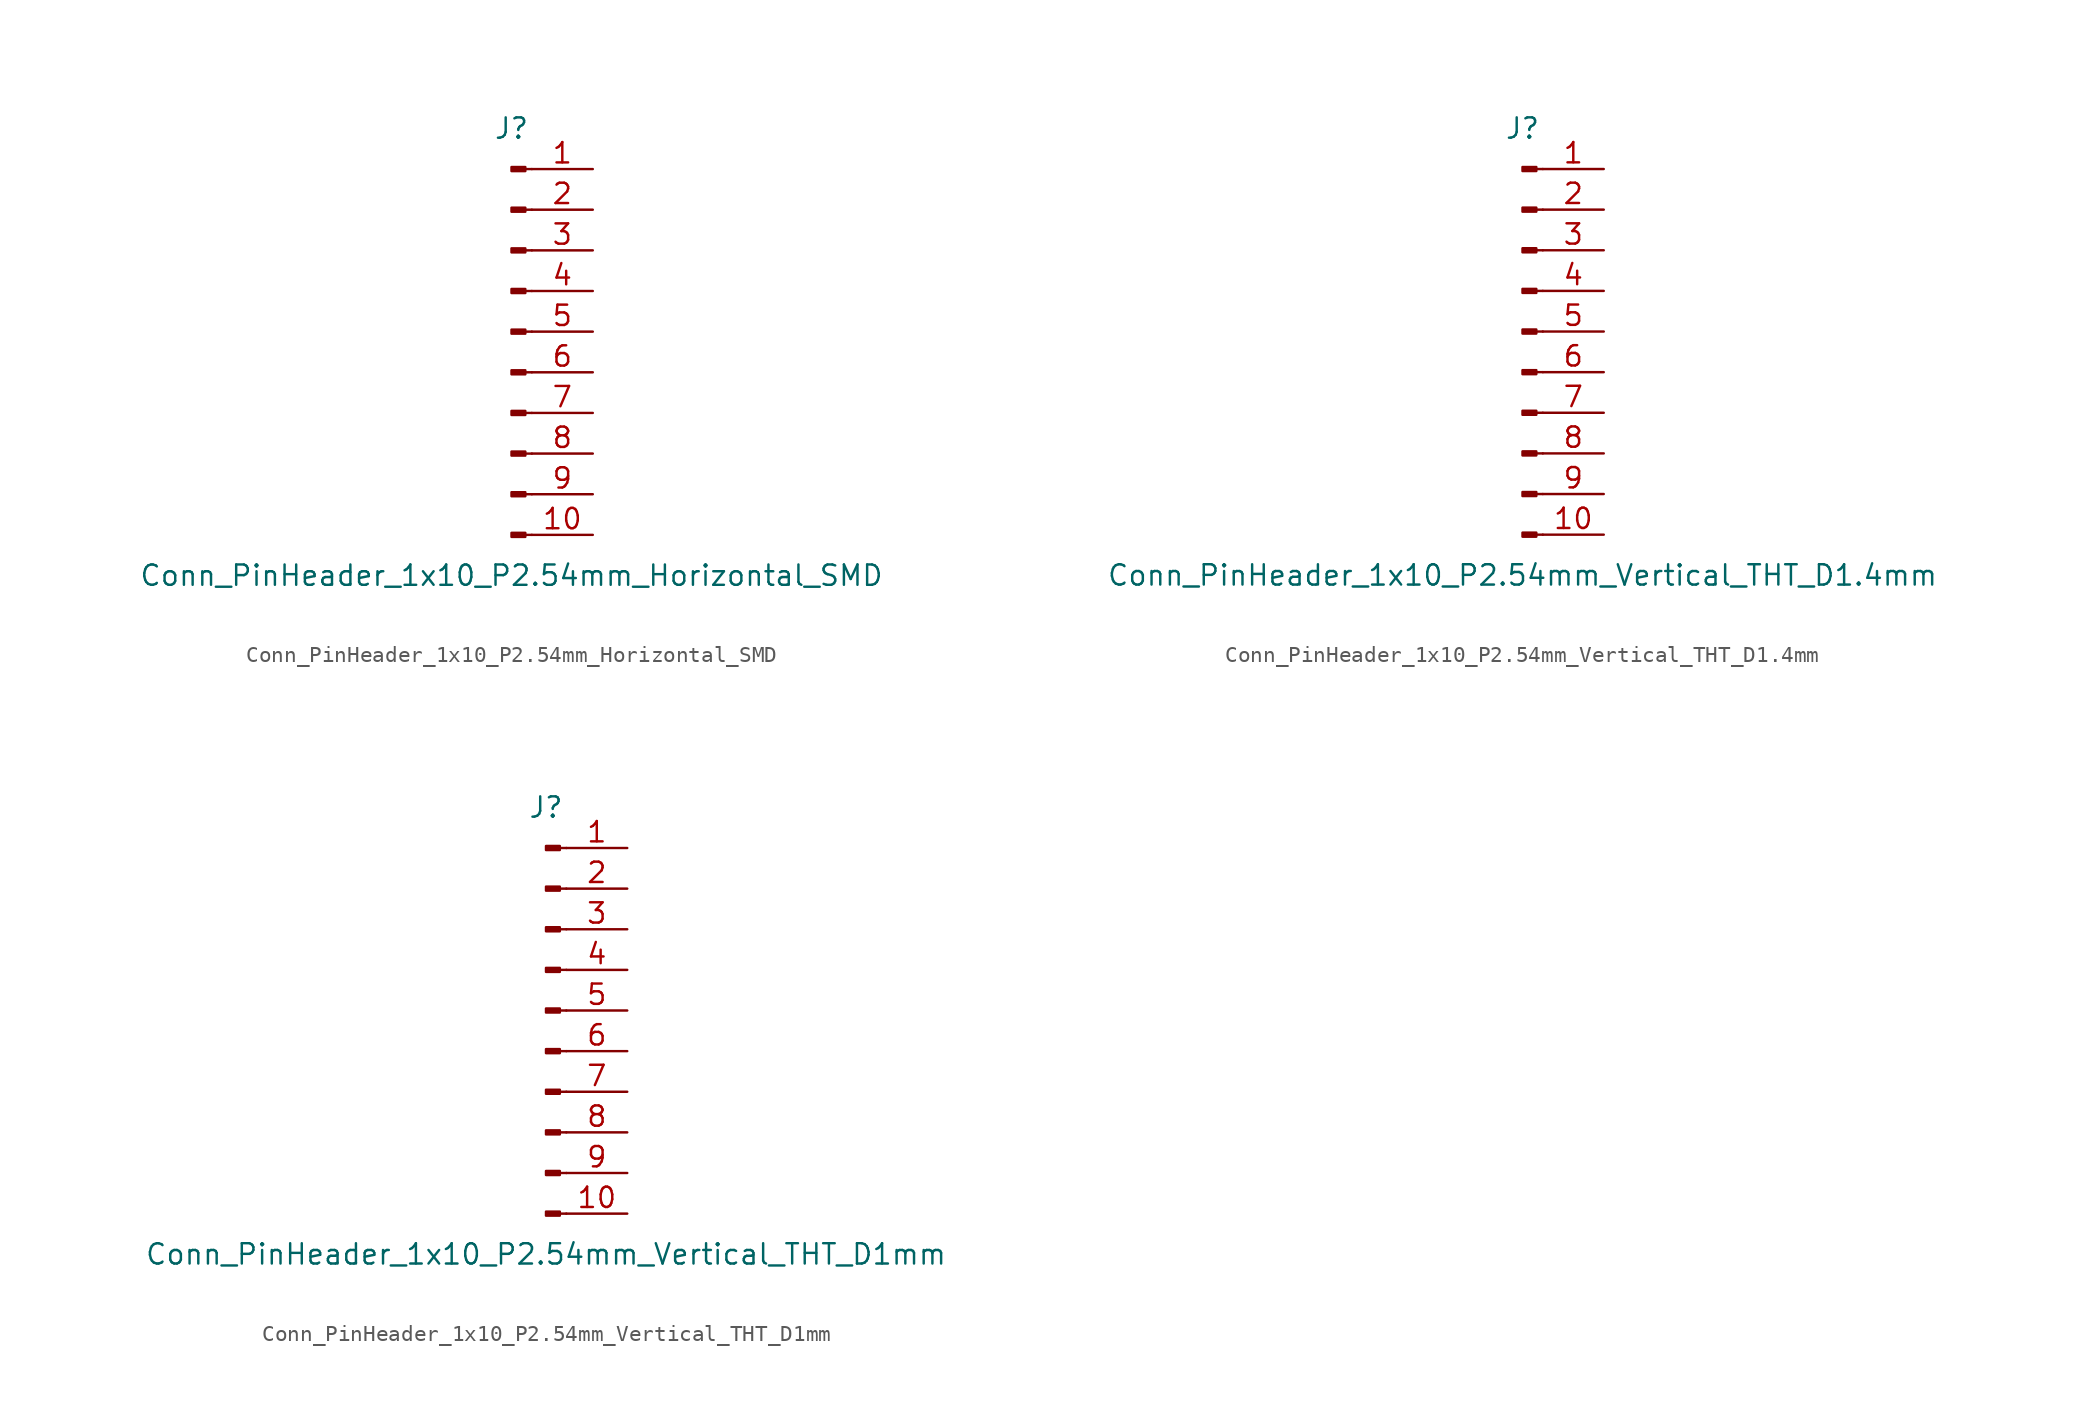
<source format=kicad_sym>
(kicad_symbol_lib
  (version 20211014)
  (generator kicad_symbol_editor)
  (symbol "Conn_PinHeader_1x10_P2.54mm_Horizontal_SMD"
    (pin_names
      (offset 1.016) hide)
    (property "Reference" "J"
      (at 0 12.7 0)
      (effects (font (size 1.27 1.27))))
    (property "Value" "Conn_PinHeader_1x10_P2.54mm_Horizontal_SMD"
      (at 0 -15.24 0)
      (effects (font (size 1.27 1.27))))
    (symbol "Conn_PinHeader_1x10_P2.54mm_Horizontal_SMD_1_1"
      (polyline (pts (xy 1.27 -12.7) (xy 0.864 -12.7)) (stroke (width 0.152) (type default) (color 0 0 0 0)) (fill (type none)))
      (polyline (pts (xy 1.27 -10.16) (xy 0.864 -10.16)) (stroke (width 0.152) (type default) (color 0 0 0 0)) (fill (type none)))
      (polyline (pts (xy 1.27 -7.62) (xy 0.864 -7.62)) (stroke (width 0.152) (type default) (color 0 0 0 0)) (fill (type none)))
      (polyline (pts (xy 1.27 -5.08) (xy 0.864 -5.08)) (stroke (width 0.152) (type default) (color 0 0 0 0)) (fill (type none)))
      (polyline (pts (xy 1.27 -2.54) (xy 0.864 -2.54)) (stroke (width 0.152) (type default) (color 0 0 0 0)) (fill (type none)))
      (polyline (pts (xy 1.27 0) (xy 0.864 0)) (stroke (width 0.152) (type default) (color 0 0 0 0)) (fill (type none)))
      (polyline (pts (xy 1.27 2.54) (xy 0.864 2.54)) (stroke (width 0.152) (type default) (color 0 0 0 0)) (fill (type none)))
      (polyline (pts (xy 1.27 5.08) (xy 0.864 5.08)) (stroke (width 0.152) (type default) (color 0 0 0 0)) (fill (type none)))
      (polyline (pts (xy 1.27 7.62) (xy 0.864 7.62)) (stroke (width 0.152) (type default) (color 0 0 0 0)) (fill (type none)))
      (polyline (pts (xy 1.27 10.16) (xy 0.864 10.16)) (stroke (width 0.152) (type default) (color 0 0 0 0)) (fill (type none)))
      (rectangle (start 0.864 -12.573) (end 0 -12.827) (stroke (width 0.152) (type default) (color 0 0 0 0)) (fill (type outline)))
      (rectangle (start 0.864 -10.033) (end 0 -10.287) (stroke (width 0.152) (type default) (color 0 0 0 0)) (fill (type outline)))
      (rectangle (start 0.864 -7.493) (end 0 -7.747) (stroke (width 0.152) (type default) (color 0 0 0 0)) (fill (type outline)))
      (rectangle (start 0.864 -4.953) (end 0 -5.207) (stroke (width 0.152) (type default) (color 0 0 0 0)) (fill (type outline)))
      (rectangle (start 0.864 -2.413) (end 0 -2.667) (stroke (width 0.152) (type default) (color 0 0 0 0)) (fill (type outline)))
      (rectangle (start 0.864 0.127) (end 0 -0.127) (stroke (width 0.152) (type default) (color 0 0 0 0)) (fill (type outline)))
      (rectangle (start 0.864 2.667) (end 0 2.413) (stroke (width 0.152) (type default) (color 0 0 0 0)) (fill (type outline)))
      (rectangle (start 0.864 5.207) (end 0 4.953) (stroke (width 0.152) (type default) (color 0 0 0 0)) (fill (type outline)))
      (rectangle (start 0.864 7.747) (end 0 7.493) (stroke (width 0.152) (type default) (color 0 0 0 0)) (fill (type outline)))
      (rectangle (start 0.864 10.287) (end 0 10.033) (stroke (width 0.152) (type default) (color 0 0 0 0)) (fill (type outline)))
      (pin passive line (at 5.08 10.16 180) (length 3.81) (name "Pin_1" (effects (font (size 1.27 1.27)))) (number "1" (effects (font (size 1.27 1.27)))))
      (pin passive line (at 5.08 -12.7 180) (length 3.81) (name "Pin_10" (effects (font (size 1.27 1.27)))) (number "10" (effects (font (size 1.27 1.27)))))
      (pin passive line (at 5.08 7.62 180) (length 3.81) (name "Pin_2" (effects (font (size 1.27 1.27)))) (number "2" (effects (font (size 1.27 1.27)))))
      (pin passive line (at 5.08 5.08 180) (length 3.81) (name "Pin_3" (effects (font (size 1.27 1.27)))) (number "3" (effects (font (size 1.27 1.27)))))
      (pin passive line (at 5.08 2.54 180) (length 3.81) (name "Pin_4" (effects (font (size 1.27 1.27)))) (number "4" (effects (font (size 1.27 1.27)))))
      (pin passive line (at 5.08 0 180) (length 3.81) (name "Pin_5" (effects (font (size 1.27 1.27)))) (number "5" (effects (font (size 1.27 1.27)))))
      (pin passive line (at 5.08 -2.54 180) (length 3.81) (name "Pin_6" (effects (font (size 1.27 1.27)))) (number "6" (effects (font (size 1.27 1.27)))))
      (pin passive line (at 5.08 -5.08 180) (length 3.81) (name "Pin_7" (effects (font (size 1.27 1.27)))) (number "7" (effects (font (size 1.27 1.27)))))
      (pin passive line (at 5.08 -7.62 180) (length 3.81) (name "Pin_8" (effects (font (size 1.27 1.27)))) (number "8" (effects (font (size 1.27 1.27)))))
      (pin passive line (at 5.08 -10.16 180) (length 3.81) (name "Pin_9" (effects (font (size 1.27 1.27)))) (number "9" (effects (font (size 1.27 1.27)))))))
  (symbol "Conn_PinHeader_1x10_P2.54mm_Vertical_THT_D1.4mm"
    (pin_names
      (offset 1.016) hide)
    (property "Reference" "J"
      (at 0 12.7 0)
      (effects (font (size 1.27 1.27))))
    (property "Value" "Conn_PinHeader_1x10_P2.54mm_Vertical_THT_D1.4mm"
      (at 0 -15.24 0)
      (effects (font (size 1.27 1.27))))
    (symbol "Conn_PinHeader_1x10_P2.54mm_Vertical_THT_D1.4mm_1_1"
      (polyline (pts (xy 1.27 -12.7) (xy 0.864 -12.7)) (stroke (width 0.152) (type default) (color 0 0 0 0)) (fill (type none)))
      (polyline (pts (xy 1.27 -10.16) (xy 0.864 -10.16)) (stroke (width 0.152) (type default) (color 0 0 0 0)) (fill (type none)))
      (polyline (pts (xy 1.27 -7.62) (xy 0.864 -7.62)) (stroke (width 0.152) (type default) (color 0 0 0 0)) (fill (type none)))
      (polyline (pts (xy 1.27 -5.08) (xy 0.864 -5.08)) (stroke (width 0.152) (type default) (color 0 0 0 0)) (fill (type none)))
      (polyline (pts (xy 1.27 -2.54) (xy 0.864 -2.54)) (stroke (width 0.152) (type default) (color 0 0 0 0)) (fill (type none)))
      (polyline (pts (xy 1.27 0) (xy 0.864 0)) (stroke (width 0.152) (type default) (color 0 0 0 0)) (fill (type none)))
      (polyline (pts (xy 1.27 2.54) (xy 0.864 2.54)) (stroke (width 0.152) (type default) (color 0 0 0 0)) (fill (type none)))
      (polyline (pts (xy 1.27 5.08) (xy 0.864 5.08)) (stroke (width 0.152) (type default) (color 0 0 0 0)) (fill (type none)))
      (polyline (pts (xy 1.27 7.62) (xy 0.864 7.62)) (stroke (width 0.152) (type default) (color 0 0 0 0)) (fill (type none)))
      (polyline (pts (xy 1.27 10.16) (xy 0.864 10.16)) (stroke (width 0.152) (type default) (color 0 0 0 0)) (fill (type none)))
      (rectangle (start 0.864 -12.573) (end 0 -12.827) (stroke (width 0.152) (type default) (color 0 0 0 0)) (fill (type outline)))
      (rectangle (start 0.864 -10.033) (end 0 -10.287) (stroke (width 0.152) (type default) (color 0 0 0 0)) (fill (type outline)))
      (rectangle (start 0.864 -7.493) (end 0 -7.747) (stroke (width 0.152) (type default) (color 0 0 0 0)) (fill (type outline)))
      (rectangle (start 0.864 -4.953) (end 0 -5.207) (stroke (width 0.152) (type default) (color 0 0 0 0)) (fill (type outline)))
      (rectangle (start 0.864 -2.413) (end 0 -2.667) (stroke (width 0.152) (type default) (color 0 0 0 0)) (fill (type outline)))
      (rectangle (start 0.864 0.127) (end 0 -0.127) (stroke (width 0.152) (type default) (color 0 0 0 0)) (fill (type outline)))
      (rectangle (start 0.864 2.667) (end 0 2.413) (stroke (width 0.152) (type default) (color 0 0 0 0)) (fill (type outline)))
      (rectangle (start 0.864 5.207) (end 0 4.953) (stroke (width 0.152) (type default) (color 0 0 0 0)) (fill (type outline)))
      (rectangle (start 0.864 7.747) (end 0 7.493) (stroke (width 0.152) (type default) (color 0 0 0 0)) (fill (type outline)))
      (rectangle (start 0.864 10.287) (end 0 10.033) (stroke (width 0.152) (type default) (color 0 0 0 0)) (fill (type outline)))
      (pin passive line (at 5.08 10.16 180) (length 3.81) (name "Pin_1" (effects (font (size 1.27 1.27)))) (number "1" (effects (font (size 1.27 1.27)))))
      (pin passive line (at 5.08 -12.7 180) (length 3.81) (name "Pin_10" (effects (font (size 1.27 1.27)))) (number "10" (effects (font (size 1.27 1.27)))))
      (pin passive line (at 5.08 7.62 180) (length 3.81) (name "Pin_2" (effects (font (size 1.27 1.27)))) (number "2" (effects (font (size 1.27 1.27)))))
      (pin passive line (at 5.08 5.08 180) (length 3.81) (name "Pin_3" (effects (font (size 1.27 1.27)))) (number "3" (effects (font (size 1.27 1.27)))))
      (pin passive line (at 5.08 2.54 180) (length 3.81) (name "Pin_4" (effects (font (size 1.27 1.27)))) (number "4" (effects (font (size 1.27 1.27)))))
      (pin passive line (at 5.08 0 180) (length 3.81) (name "Pin_5" (effects (font (size 1.27 1.27)))) (number "5" (effects (font (size 1.27 1.27)))))
      (pin passive line (at 5.08 -2.54 180) (length 3.81) (name "Pin_6" (effects (font (size 1.27 1.27)))) (number "6" (effects (font (size 1.27 1.27)))))
      (pin passive line (at 5.08 -5.08 180) (length 3.81) (name "Pin_7" (effects (font (size 1.27 1.27)))) (number "7" (effects (font (size 1.27 1.27)))))
      (pin passive line (at 5.08 -7.62 180) (length 3.81) (name "Pin_8" (effects (font (size 1.27 1.27)))) (number "8" (effects (font (size 1.27 1.27)))))
      (pin passive line (at 5.08 -10.16 180) (length 3.81) (name "Pin_9" (effects (font (size 1.27 1.27)))) (number "9" (effects (font (size 1.27 1.27)))))))
  (symbol "Conn_PinHeader_1x10_P2.54mm_Vertical_THT_D1mm"
    (pin_names
      (offset 1.016) hide)
    (property "Reference" "J"
      (at 0 12.7 0)
      (effects (font (size 1.27 1.27))))
    (property "Value" "Conn_PinHeader_1x10_P2.54mm_Vertical_THT_D1mm"
      (at 0 -15.24 0)
      (effects (font (size 1.27 1.27))))
    (symbol "Conn_PinHeader_1x10_P2.54mm_Vertical_THT_D1mm_1_1"
      (polyline (pts (xy 1.27 -12.7) (xy 0.864 -12.7)) (stroke (width 0.152) (type default) (color 0 0 0 0)) (fill (type none)))
      (polyline (pts (xy 1.27 -10.16) (xy 0.864 -10.16)) (stroke (width 0.152) (type default) (color 0 0 0 0)) (fill (type none)))
      (polyline (pts (xy 1.27 -7.62) (xy 0.864 -7.62)) (stroke (width 0.152) (type default) (color 0 0 0 0)) (fill (type none)))
      (polyline (pts (xy 1.27 -5.08) (xy 0.864 -5.08)) (stroke (width 0.152) (type default) (color 0 0 0 0)) (fill (type none)))
      (polyline (pts (xy 1.27 -2.54) (xy 0.864 -2.54)) (stroke (width 0.152) (type default) (color 0 0 0 0)) (fill (type none)))
      (polyline (pts (xy 1.27 0) (xy 0.864 0)) (stroke (width 0.152) (type default) (color 0 0 0 0)) (fill (type none)))
      (polyline (pts (xy 1.27 2.54) (xy 0.864 2.54)) (stroke (width 0.152) (type default) (color 0 0 0 0)) (fill (type none)))
      (polyline (pts (xy 1.27 5.08) (xy 0.864 5.08)) (stroke (width 0.152) (type default) (color 0 0 0 0)) (fill (type none)))
      (polyline (pts (xy 1.27 7.62) (xy 0.864 7.62)) (stroke (width 0.152) (type default) (color 0 0 0 0)) (fill (type none)))
      (polyline (pts (xy 1.27 10.16) (xy 0.864 10.16)) (stroke (width 0.152) (type default) (color 0 0 0 0)) (fill (type none)))
      (rectangle (start 0.864 -12.573) (end 0 -12.827) (stroke (width 0.152) (type default) (color 0 0 0 0)) (fill (type outline)))
      (rectangle (start 0.864 -10.033) (end 0 -10.287) (stroke (width 0.152) (type default) (color 0 0 0 0)) (fill (type outline)))
      (rectangle (start 0.864 -7.493) (end 0 -7.747) (stroke (width 0.152) (type default) (color 0 0 0 0)) (fill (type outline)))
      (rectangle (start 0.864 -4.953) (end 0 -5.207) (stroke (width 0.152) (type default) (color 0 0 0 0)) (fill (type outline)))
      (rectangle (start 0.864 -2.413) (end 0 -2.667) (stroke (width 0.152) (type default) (color 0 0 0 0)) (fill (type outline)))
      (rectangle (start 0.864 0.127) (end 0 -0.127) (stroke (width 0.152) (type default) (color 0 0 0 0)) (fill (type outline)))
      (rectangle (start 0.864 2.667) (end 0 2.413) (stroke (width 0.152) (type default) (color 0 0 0 0)) (fill (type outline)))
      (rectangle (start 0.864 5.207) (end 0 4.953) (stroke (width 0.152) (type default) (color 0 0 0 0)) (fill (type outline)))
      (rectangle (start 0.864 7.747) (end 0 7.493) (stroke (width 0.152) (type default) (color 0 0 0 0)) (fill (type outline)))
      (rectangle (start 0.864 10.287) (end 0 10.033) (stroke (width 0.152) (type default) (color 0 0 0 0)) (fill (type outline)))
      (pin passive line (at 5.08 10.16 180) (length 3.81) (name "Pin_1" (effects (font (size 1.27 1.27)))) (number "1" (effects (font (size 1.27 1.27)))))
      (pin passive line (at 5.08 -12.7 180) (length 3.81) (name "Pin_10" (effects (font (size 1.27 1.27)))) (number "10" (effects (font (size 1.27 1.27)))))
      (pin passive line (at 5.08 7.62 180) (length 3.81) (name "Pin_2" (effects (font (size 1.27 1.27)))) (number "2" (effects (font (size 1.27 1.27)))))
      (pin passive line (at 5.08 5.08 180) (length 3.81) (name "Pin_3" (effects (font (size 1.27 1.27)))) (number "3" (effects (font (size 1.27 1.27)))))
      (pin passive line (at 5.08 2.54 180) (length 3.81) (name "Pin_4" (effects (font (size 1.27 1.27)))) (number "4" (effects (font (size 1.27 1.27)))))
      (pin passive line (at 5.08 0 180) (length 3.81) (name "Pin_5" (effects (font (size 1.27 1.27)))) (number "5" (effects (font (size 1.27 1.27)))))
      (pin passive line (at 5.08 -2.54 180) (length 3.81) (name "Pin_6" (effects (font (size 1.27 1.27)))) (number "6" (effects (font (size 1.27 1.27)))))
      (pin passive line (at 5.08 -5.08 180) (length 3.81) (name "Pin_7" (effects (font (size 1.27 1.27)))) (number "7" (effects (font (size 1.27 1.27)))))
      (pin passive line (at 5.08 -7.62 180) (length 3.81) (name "Pin_8" (effects (font (size 1.27 1.27)))) (number "8" (effects (font (size 1.27 1.27)))))
      (pin passive line (at 5.08 -10.16 180) (length 3.81) (name "Pin_9" (effects (font (size 1.27 1.27)))) (number "9" (effects (font (size 1.27 1.27))))))))
</source>
